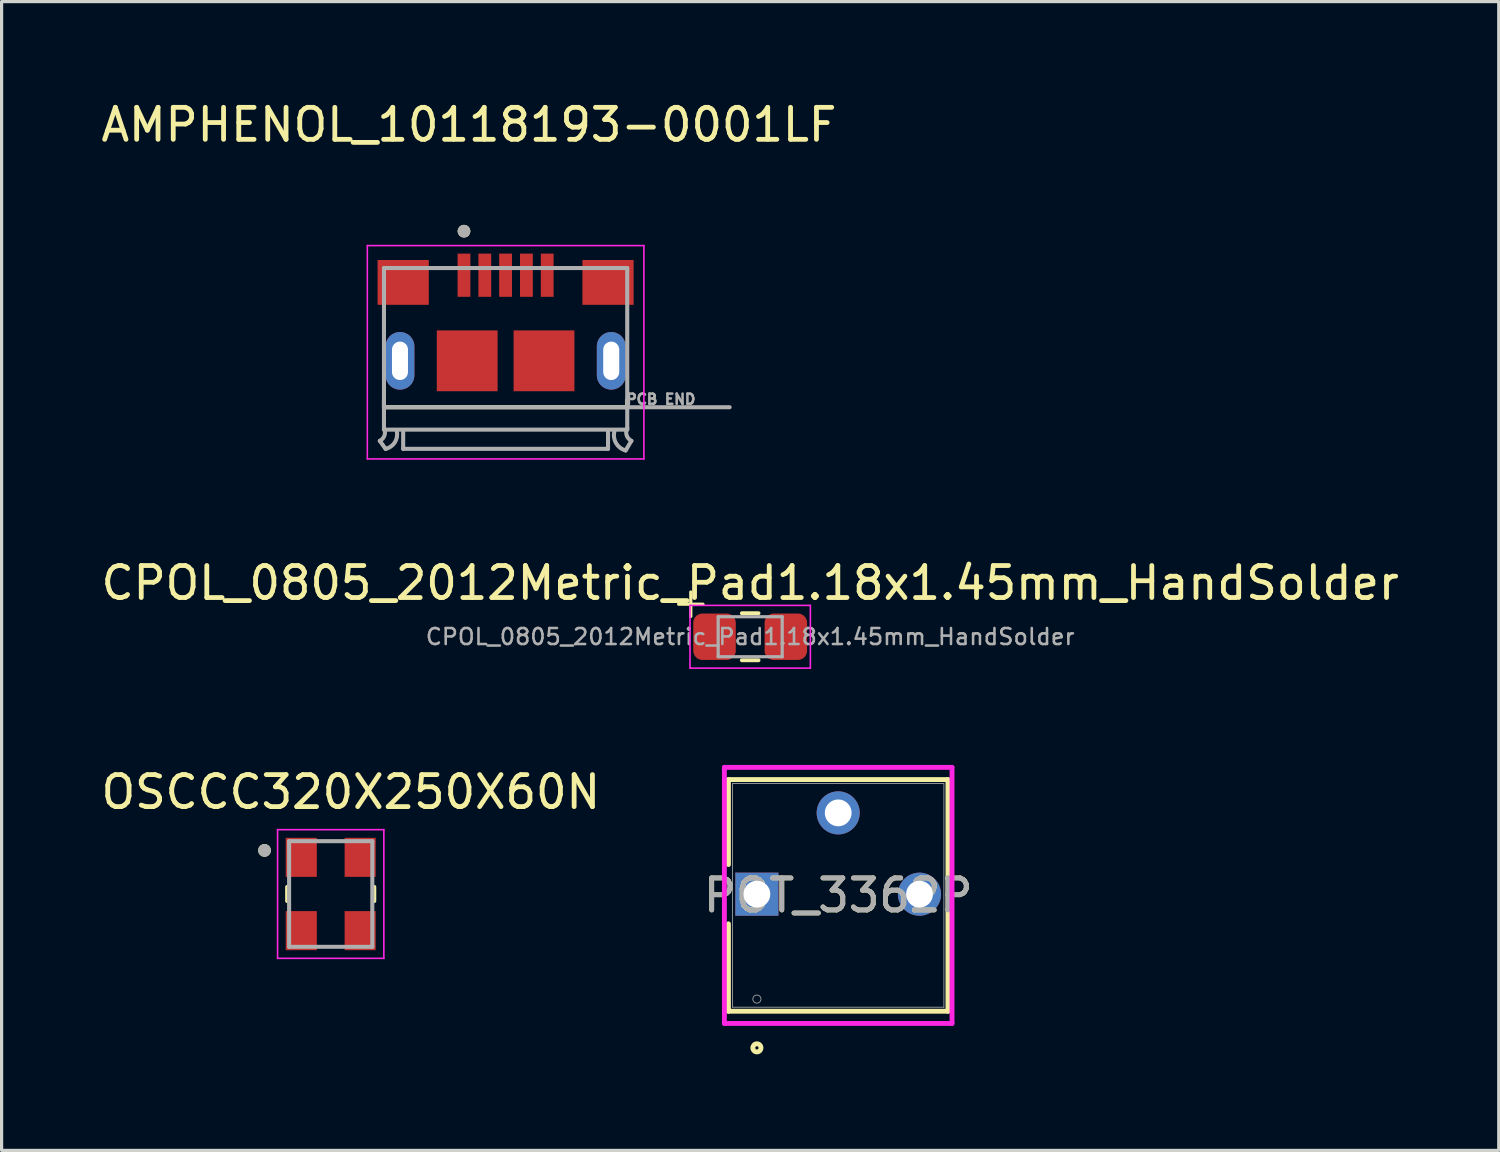
<source format=kicad_pcb>
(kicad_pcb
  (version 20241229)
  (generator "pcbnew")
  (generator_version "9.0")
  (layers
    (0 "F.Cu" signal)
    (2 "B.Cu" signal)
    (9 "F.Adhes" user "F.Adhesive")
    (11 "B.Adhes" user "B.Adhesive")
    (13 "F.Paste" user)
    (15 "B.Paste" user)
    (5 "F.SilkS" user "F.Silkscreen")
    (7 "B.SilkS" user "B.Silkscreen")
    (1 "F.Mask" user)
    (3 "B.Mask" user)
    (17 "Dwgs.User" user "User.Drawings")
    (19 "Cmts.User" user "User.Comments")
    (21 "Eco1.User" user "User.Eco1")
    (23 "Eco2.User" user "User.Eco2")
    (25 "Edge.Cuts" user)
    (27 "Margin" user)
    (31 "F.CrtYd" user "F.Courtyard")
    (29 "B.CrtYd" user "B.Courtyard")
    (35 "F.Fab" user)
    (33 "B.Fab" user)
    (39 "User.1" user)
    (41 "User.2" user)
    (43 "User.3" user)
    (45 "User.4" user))
  (footprint "AMPHENOL_10118193-0001LF"
    (layer "F.Cu")
    (at 12.746 8.223)
    (property "Reference" "AMPHENOL_10118193-0001LF" (at -1.145 -7.375 0) (layer "F.SilkS") (effects (font (size 1 1) (thickness 0.15))))
    (attr smd)
    (fp_line (start -3.8 1.45) (end -3.8 1.22) (stroke (width 0.127) (type solid)) (layer "F.SilkS"))
    (fp_line (start -3.8 1.45) (end 3.8 1.45) (stroke (width 0.127) (type solid)) (layer "F.SilkS"))
    (fp_line (start 3.8 1.45) (end 3.8 1.22) (stroke (width 0.127) (type solid)) (layer "F.SilkS"))
    (fp_circle (center -1.3 -4.05) (end -1.2 -4.05) (stroke (width 0.2) (type solid)) (fill no) (layer "F.SilkS"))
    (fp_line (start -4.32 -3.6) (end -4.32 3.066) (stroke (width 0.05) (type solid)) (layer "F.CrtYd"))
    (fp_line (start -4.32 3.066) (end 4.32 3.066) (stroke (width 0.05) (type solid)) (layer "F.CrtYd"))
    (fp_line (start 4.32 -3.6) (end -4.32 -3.6) (stroke (width 0.05) (type solid)) (layer "F.CrtYd"))
    (fp_line (start 4.32 3.066) (end 4.32 -3.6) (stroke (width 0.05) (type solid)) (layer "F.CrtYd"))
    (fp_line (start -3.93 2.5) (end -3.75 2.75) (stroke (width 0.127) (type solid)) (layer "F.Fab"))
    (fp_line (start -3.8 -2.9) (end 3.8 -2.9) (stroke (width 0.127) (type solid)) (layer "F.Fab"))
    (fp_line (start -3.8 1.45) (end 3.8 1.45) (stroke (width 0.127) (type solid)) (layer "F.Fab"))
    (fp_line (start -3.8 2.1) (end -3.8 -2.9) (stroke (width 0.127) (type solid)) (layer "F.Fab"))
    (fp_line (start -3.8 2.15) (end -3.8 2.1) (stroke (width 0.127) (type solid)) (layer "F.Fab"))
    (fp_line (start -3.2 2.2) (end -3.2 2.75) (stroke (width 0.127) (type solid)) (layer "F.Fab"))
    (fp_line (start -3.2 2.75) (end 3.2 2.75) (stroke (width 0.127) (type solid)) (layer "F.Fab"))
    (fp_line (start 3.2 2.75) (end 3.2 2.2) (stroke (width 0.127) (type solid)) (layer "F.Fab"))
    (fp_line (start 3.8 -2.9) (end 3.8 1.45) (stroke (width 0.127) (type solid)) (layer "F.Fab"))
    (fp_line (start 3.8 1.45) (end 3.8 2.15) (stroke (width 0.127) (type solid)) (layer "F.Fab"))
    (fp_line (start 3.8 1.45) (end 7 1.45) (stroke (width 0.127) (type solid)) (layer "F.Fab"))
    (fp_line (start 3.8 2.15) (end -3.8 2.15) (stroke (width 0.127) (type solid)) (layer "F.Fab"))
    (fp_line (start 3.93 2.5) (end 3.75 2.8) (stroke (width 0.127) (type solid)) (layer "F.Fab"))
    (fp_arc (start -3.8 2.1) (mid -3.782157 2.326924) (end -3.93 2.5) (stroke (width 0.127) (type solid)) (layer "F.Fab"))
    (fp_arc (start -3.4 2.2) (mid -3.461091 2.547487) (end -3.75 2.75) (stroke (width 0.127) (type solid)) (layer "F.Fab"))
    (fp_arc (start 3.75 2.8) (mid 3.450736 2.572487) (end 3.4 2.2) (stroke (width 0.127) (type solid)) (layer "F.Fab"))
    (fp_arc (start 3.93 2.5) (mid 3.782157 2.326924) (end 3.8 2.1) (stroke (width 0.127) (type solid)) (layer "F.Fab"))
    (fp_circle (center -1.3 -4.05) (end -1.2 -4.05) (stroke (width 0.2) (type solid)) (fill no) (layer "F.Fab"))
    (fp_text user "PCB END" (at 4.85 1.2 0) (layer "F.Fab") (effects (font (size 0.32 0.32) (thickness 0.15))))
    (pad "1" smd rect (at -1.3 -2.675) (size 0.4 1.35) (layers "F.Cu" "F.Mask" "F.Paste"))
    (pad "2" smd rect (at -0.65 -2.675) (size 0.4 1.35) (layers "F.Cu" "F.Mask" "F.Paste"))
    (pad "3" smd rect (at 0 -2.675) (size 0.4 1.35) (layers "F.Cu" "F.Mask" "F.Paste"))
    (pad "4" smd rect (at 0.65 -2.675) (size 0.4 1.35) (layers "F.Cu" "F.Mask" "F.Paste"))
    (pad "5" smd rect (at 1.3 -2.675) (size 0.4 1.35) (layers "F.Cu" "F.Mask" "F.Paste"))
    (pad "S1" smd rect (at -3.2 -2.45) (size 1.6 1.4) (layers "F.Cu" "F.Mask" "F.Paste"))
    (pad "S2" smd rect (at 3.2 -2.45) (size 1.6 1.4) (layers "F.Cu" "F.Mask" "F.Paste"))
    (pad "S3" smd rect (at 1.2 0) (size 1.9 1.9) (layers "F.Cu" "F.Mask" "F.Paste"))
    (pad "S4" smd rect (at -1.2 0) (size 1.9 1.9) (layers "F.Cu" "F.Mask" "F.Paste"))
    (pad "S5" thru_hole oval (at -3.3 0) (size 0.9 1.8) (drill oval 0.5 1.2) (layers "*.Cu" "*.Mask"))
    (pad "S6" thru_hole oval (at 3.3 0) (size 0.9 1.8) (drill oval 0.5 1.2) (layers "*.Cu" "*.Mask")))
  (footprint "POT_3362P"
    (layer "F.Cu")
    (at 20.597 24.886)
    (property "Reference" "POT_3362P" (at 2.54 0.038 0) (unlocked yes) (layer "F.SilkS") (effects (font (size 1 1) (thickness 0.15))))
    (attr through_hole)
    (fp_line (start -0.889 -3.581) (end -0.889 -0.926) (stroke (width 0.152) (type solid)) (layer "F.SilkS"))
    (fp_line (start -0.889 0.926) (end -0.889 3.658) (stroke (width 0.152) (type solid)) (layer "F.SilkS"))
    (fp_line (start -0.889 3.658) (end 5.969 3.658) (stroke (width 0.152) (type solid)) (layer "F.SilkS"))
    (fp_line (start 5.969 -3.581) (end -0.889 -3.581) (stroke (width 0.152) (type solid)) (layer "F.SilkS"))
    (fp_line (start 5.969 -0.471) (end 5.969 -3.581) (stroke (width 0.152) (type solid)) (layer "F.SilkS"))
    (fp_line (start 5.969 3.658) (end 5.969 0.471) (stroke (width 0.152) (type solid)) (layer "F.SilkS"))
    (fp_circle (center 0 4.801) (end 0.127 4.801) (stroke (width 0.152) (type solid)) (fill no) (layer "F.SilkS"))
    (fp_line (start -1.016 -3.962) (end 6.096 -3.962) (stroke (width 0.152) (type solid)) (layer "F.CrtYd"))
    (fp_line (start -1.016 4.039) (end -1.016 -3.962) (stroke (width 0.152) (type solid)) (layer "F.CrtYd"))
    (fp_line (start 6.096 -3.962) (end 6.096 4.039) (stroke (width 0.152) (type solid)) (layer "F.CrtYd"))
    (fp_line (start 6.096 4.039) (end -1.016 4.039) (stroke (width 0.152) (type solid)) (layer "F.CrtYd"))
    (fp_line (start -0.762 -3.454) (end -0.762 3.531) (stroke (width 0.025) (type solid)) (layer "F.Fab"))
    (fp_line (start -0.762 3.531) (end 5.842 3.531) (stroke (width 0.025) (type solid)) (layer "F.Fab"))
    (fp_line (start 5.842 -3.454) (end -0.762 -3.454) (stroke (width 0.025) (type solid)) (layer "F.Fab"))
    (fp_line (start 5.842 3.531) (end 5.842 -3.454) (stroke (width 0.025) (type solid)) (layer "F.Fab"))
    (fp_circle (center 0 3.277) (end 0.127 3.277) (stroke (width 0.025) (type solid)) (fill no) (layer "F.Fab"))
    (fp_text user "${REFERENCE}" (at 2.54 0.038 0) (unlocked yes) (layer "F.Fab") (effects (font (size 1 1) (thickness 0.15))))
    (pad "1" thru_hole rect (at 0 0) (size 1.346 1.346) (drill 0.838) (layers "*.Cu" "*.Mask"))
    (pad "2" thru_hole circle (at 2.54 -2.54) (size 1.346 1.346) (drill 0.838) (layers "*.Cu" "*.Mask"))
    (pad "3" thru_hole circle (at 5.08 0) (size 1.346 1.346) (drill 0.838) (layers "*.Cu" "*.Mask")))
  (footprint "CPOL_0805_2012Metric_Pad1.18x1.45mm_HandSolder"
    (layer "F.Cu")
    (at 20.387 16.843)
    (property "Reference" "CPOL_0805_2012Metric_Pad1.18x1.45mm_HandSolder" (at 0 -1.68 0) (layer "F.SilkS") (effects (font (size 1 1) (thickness 0.15))))
    (attr smd)
    (fp_line (start -0.261 -0.735) (end 0.261 -0.735) (stroke (width 0.12) (type solid)) (layer "F.SilkS"))
    (fp_line (start -0.261 0.735) (end 0.261 0.735) (stroke (width 0.12) (type solid)) (layer "F.SilkS"))
    (fp_line (start -1.88 -0.98) (end 1.88 -0.98) (stroke (width 0.05) (type solid)) (layer "F.CrtYd"))
    (fp_line (start -1.88 0.98) (end -1.88 -0.98) (stroke (width 0.05) (type solid)) (layer "F.CrtYd"))
    (fp_line (start 1.88 -0.98) (end 1.88 0.98) (stroke (width 0.05) (type solid)) (layer "F.CrtYd"))
    (fp_line (start 1.88 0.98) (end -1.88 0.98) (stroke (width 0.05) (type solid)) (layer "F.CrtYd"))
    (fp_line (start -1 -0.625) (end 1 -0.625) (stroke (width 0.1) (type solid)) (layer "F.Fab"))
    (fp_line (start -1 0.625) (end -1 -0.625) (stroke (width 0.1) (type solid)) (layer "F.Fab"))
    (fp_line (start 1 -0.625) (end 1 0.625) (stroke (width 0.1) (type solid)) (layer "F.Fab"))
    (fp_line (start 1 0.625) (end -1 0.625) (stroke (width 0.1) (type solid)) (layer "F.Fab"))
    (fp_text user "+" (at -2.54 -0.508 0) (unlocked yes) (layer "F.SilkS") (effects (font (size 1 1) (thickness 0.1)) (justify left bottom)))
    (fp_text user "${REFERENCE}" (at 0 0 0) (layer "F.Fab") (effects (font (size 0.5 0.5) (thickness 0.08))))
    (pad "1" smd roundrect (at -1.114 0) (size 1.328 1.45) (layers "F.Cu" "F.Mask" "F.Paste") (roundrect_rratio 0.213))
    (pad "2" smd roundrect (at 1.114 0) (size 1.328 1.45) (layers "F.Cu" "F.Mask" "F.Paste") (roundrect_rratio 0.213)))
  (footprint "OSCCC320X250X60N"
    (layer "F.Cu")
    (at 7.282 24.88)
    (property "Reference" "OSCCC320X250X60N" (at 0.629 -3.185 0) (layer "F.SilkS") (effects (font (size 1 1) (thickness 0.15))))
    (attr smd)
    (fp_line (start -1.36 -0.22) (end -1.36 0.22) (stroke (width 0.127) (type solid)) (layer "F.SilkS"))
    (fp_line (start 1.36 -0.22) (end 1.36 0.22) (stroke (width 0.127) (type solid)) (layer "F.SilkS"))
    (fp_circle (center -2.068 -1.361) (end -1.968 -1.361) (stroke (width 0.2) (type solid)) (fill no) (layer "F.SilkS"))
    (fp_line (start -1.66 -2.01) (end 1.66 -2.01) (stroke (width 0.05) (type solid)) (layer "F.CrtYd"))
    (fp_line (start -1.66 2.01) (end -1.66 -2.01) (stroke (width 0.05) (type solid)) (layer "F.CrtYd"))
    (fp_line (start 1.66 -2.01) (end 1.66 2.01) (stroke (width 0.05) (type solid)) (layer "F.CrtYd"))
    (fp_line (start 1.66 2.01) (end -1.66 2.01) (stroke (width 0.05) (type solid)) (layer "F.CrtYd"))
    (fp_line (start -1.3 -1.65) (end 1.3 -1.65) (stroke (width 0.127) (type solid)) (layer "F.Fab"))
    (fp_line (start -1.3 1.65) (end -1.3 -1.65) (stroke (width 0.127) (type solid)) (layer "F.Fab"))
    (fp_line (start 1.3 -1.65) (end 1.3 1.65) (stroke (width 0.127) (type solid)) (layer "F.Fab"))
    (fp_line (start 1.3 1.65) (end -1.3 1.65) (stroke (width 0.127) (type solid)) (layer "F.Fab"))
    (fp_circle (center -2.068 -1.361) (end -1.968 -1.361) (stroke (width 0.2) (type solid)) (fill no) (layer "F.Fab"))
    (pad "1" smd rect (at -0.92 -1.145) (size 0.97 1.22) (layers "F.Cu" "F.Mask" "F.Paste"))
    (pad "2" smd rect (at -0.92 1.145) (size 0.97 1.22) (layers "F.Cu" "F.Mask" "F.Paste"))
    (pad "3" smd rect (at 0.92 1.145) (size 0.97 1.22) (layers "F.Cu" "F.Mask" "F.Paste"))
    (pad "4" smd rect (at 0.92 -1.145) (size 0.97 1.22) (layers "F.Cu" "F.Mask" "F.Paste")))
  (gr_rect
    (start -3 -3)
    (end 43.774 32.89)
    (stroke (width 0.1) (type default))
    (fill no)
    (layer "Edge.Cuts")))
</source>
